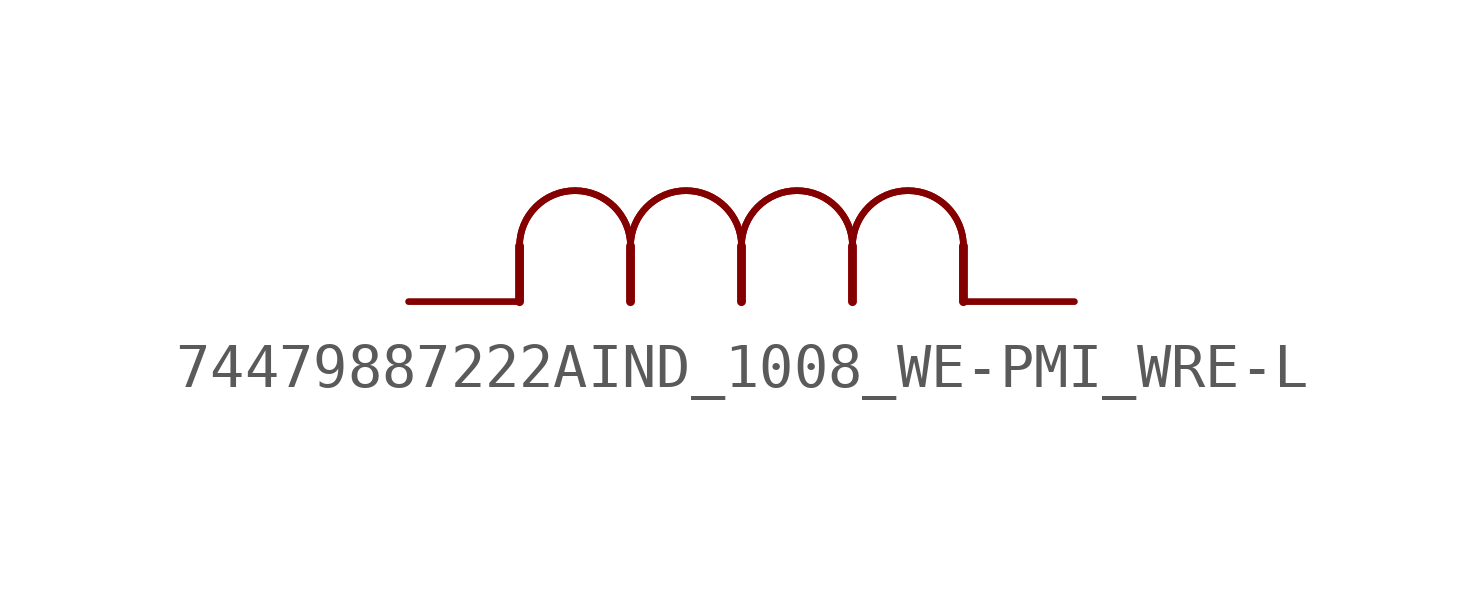
<source format=kicad_sym>
(kicad_symbol_lib
  (version 20241209)
  (generator "kicad_symbol_editor")
  (generator_version "9.0")
  (symbol "74479887222AIND_1008_WE-PMI_WRE-L"
    (property "Reference" "L"
      (at -0.914 3.353 0)
      (effects (font (size 3.48 2.958)) (justify left bottom) (hide yes)))
    (property "ki_locked" ""
      (at 0 0 0)
      (effects (font (size 1.27 1.27))))
    (symbol "74479887222AIND_1008_WE-PMI_WRE-L_1_0"
      (polyline (pts (xy 2.54 0) (xy 2.54 1.27)) (stroke (width 0.203) (type solid)) (fill (type none)))
      (arc (start 2.54 1.27) (mid 3.81 2.54) (end 5.08 1.27) (stroke (width 0.1524) (type solid)) (fill (type none)))
      (arc (start 2.54 1.27) (mid 3.81 2.54) (end 5.08 1.27) (stroke (width 0.1524) (type solid)) (fill (type none)))
      (polyline (pts (xy 5.08 0) (xy 5.08 1.27)) (stroke (width 0.203) (type solid)) (fill (type none)))
      (arc (start 5.08 1.27) (mid 6.35 2.54) (end 7.62 1.27) (stroke (width 0.1524) (type solid)) (fill (type none)))
      (arc (start 5.08 1.27) (mid 6.35 2.54) (end 7.62 1.27) (stroke (width 0.1524) (type solid)) (fill (type none)))
      (polyline (pts (xy 7.62 0) (xy 7.62 1.27)) (stroke (width 0.203) (type solid)) (fill (type none)))
      (arc (start 7.62 1.27) (mid 8.89 2.54) (end 10.16 1.27) (stroke (width 0.1524) (type solid)) (fill (type none)))
      (arc (start 7.62 1.27) (mid 8.89 2.54) (end 10.16 1.27) (stroke (width 0.1524) (type solid)) (fill (type none)))
      (polyline (pts (xy 10.16 0) (xy 10.16 1.27)) (stroke (width 0.203) (type solid)) (fill (type none)))
      (arc (start 10.16 1.27) (mid 11.43 2.54) (end 12.7 1.27) (stroke (width 0.1524) (type solid)) (fill (type none)))
      (arc (start 10.16 1.27) (mid 11.43 2.54) (end 12.7 1.27) (stroke (width 0.1524) (type solid)) (fill (type none)))
      (polyline (pts (xy 12.7 0) (xy 12.7 1.27)) (stroke (width 0.203) (type solid)) (fill (type none)))
      (pin passive line (at 0 0 0) (length 2.54) (name "2" (effects (font (size 0 0)))) (number "2" (effects (font (size 0 0)))))
      (pin passive line (at 15.24 0 180) (length 2.54) (name "1" (effects (font (size 0 0)))) (number "1" (effects (font (size 0 0))))))))
</source>
